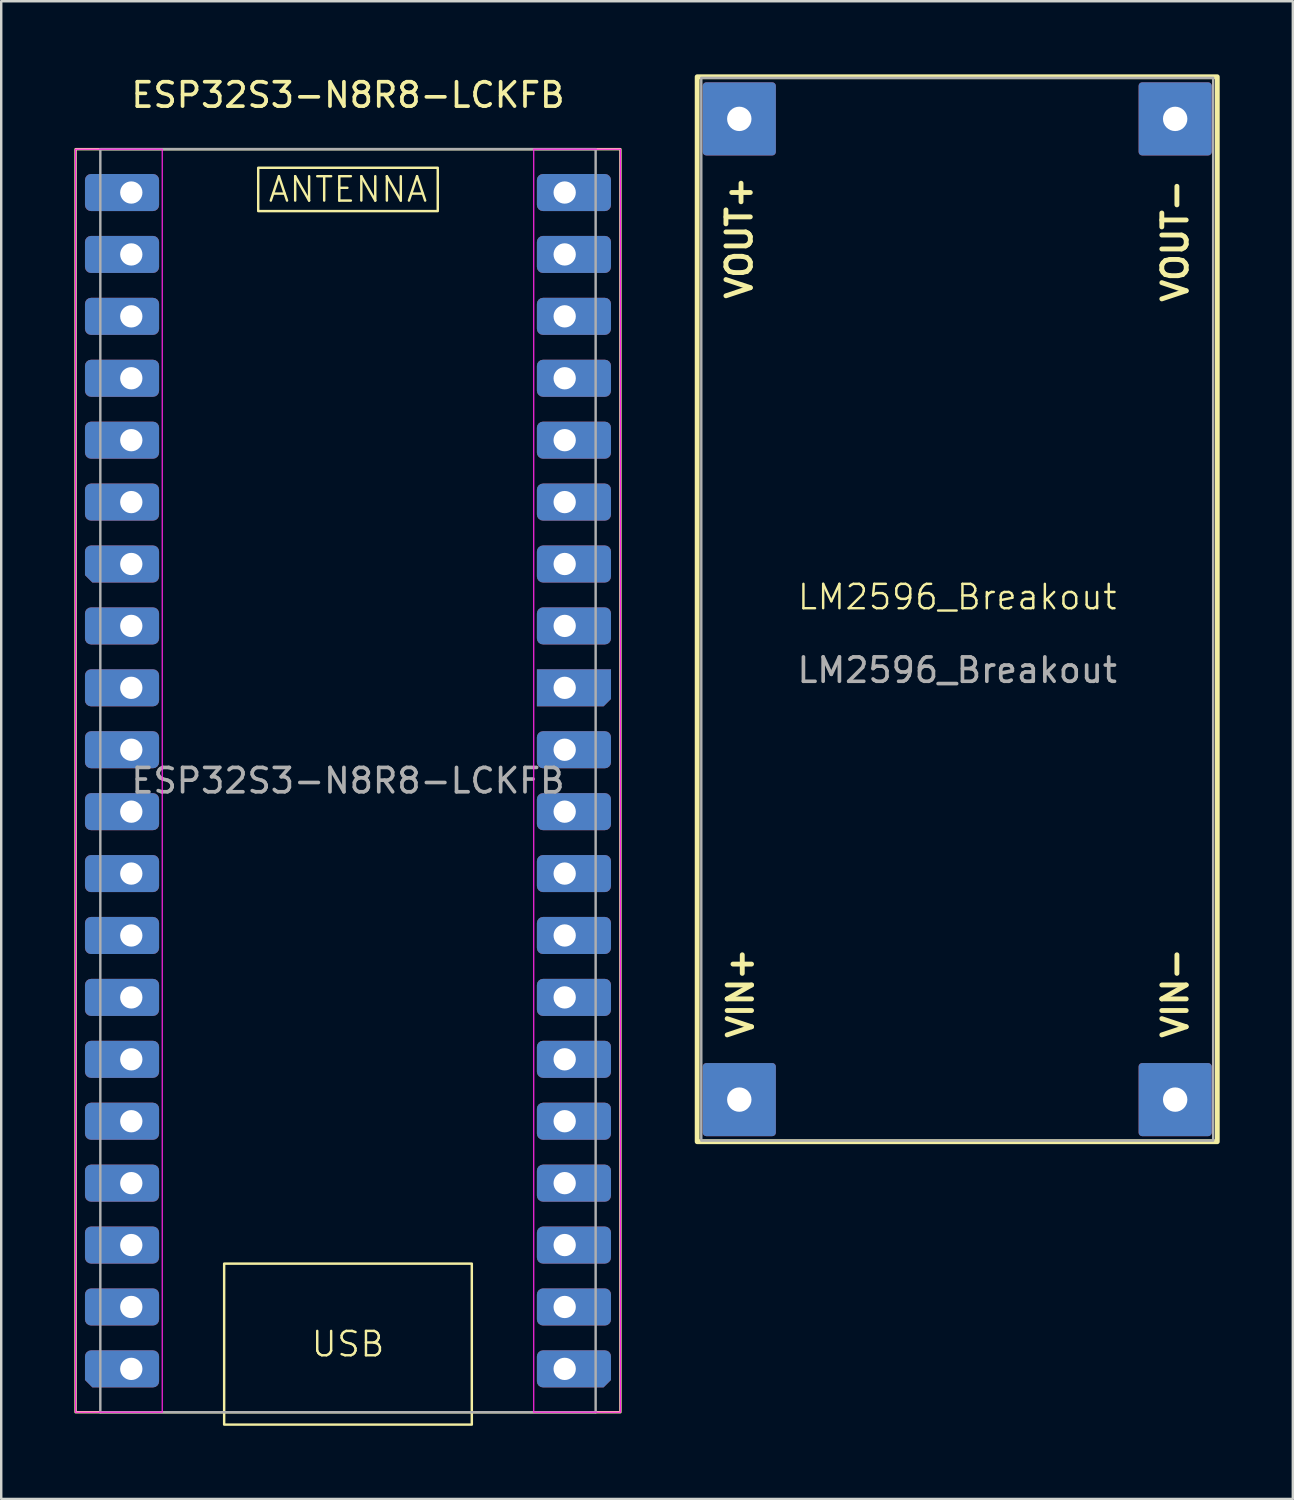
<source format=kicad_pcb>
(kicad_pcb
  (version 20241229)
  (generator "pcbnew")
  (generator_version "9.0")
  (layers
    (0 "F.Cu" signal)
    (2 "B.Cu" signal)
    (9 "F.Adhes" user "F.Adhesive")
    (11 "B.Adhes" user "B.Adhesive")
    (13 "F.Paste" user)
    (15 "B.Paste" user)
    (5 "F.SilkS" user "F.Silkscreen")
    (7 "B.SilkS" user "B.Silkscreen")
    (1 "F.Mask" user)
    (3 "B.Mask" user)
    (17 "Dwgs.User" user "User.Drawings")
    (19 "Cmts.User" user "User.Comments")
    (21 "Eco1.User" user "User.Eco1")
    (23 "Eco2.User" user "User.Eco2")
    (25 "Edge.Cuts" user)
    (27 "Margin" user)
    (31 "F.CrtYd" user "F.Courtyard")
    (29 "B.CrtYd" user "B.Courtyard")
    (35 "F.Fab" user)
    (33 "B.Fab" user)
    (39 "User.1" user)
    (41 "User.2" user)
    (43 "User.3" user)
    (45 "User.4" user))
  (footprint "ESP32S3-N8R8-LCKFB"
    (layer "F.Cu")
    (at 11.226 28.978)
    (property "Reference" "ESP32S3-N8R8-LCKFB" (at 0 -28.13 0) (layer "F.SilkS") (effects (font (size 1 1) (thickness 0.15))))
    (attr through_hole)
    (fp_rect (start -11.176 -25.908) (end 11.176 25.908) (stroke (width 0.1) (type default)) (fill no) (layer "F.SilkS"))
    (fp_rect (start -5.08 19.812) (end 5.08 26.416) (stroke (width 0.1) (type solid)) (fill no) (layer "F.SilkS"))
    (fp_rect (start -3.683 -25.146) (end 3.683 -23.368) (stroke (width 0.1) (type default)) (fill no) (layer "F.SilkS"))
    (fp_rect (start -7.62 -26.67) (end 7.62 -21.59) (stroke (width 0.1) (type default)) (fill no) (layer "Margin"))
    (fp_rect (start -11.176 -25.908) (end -7.62 25.908) (stroke (width 0.05) (type default)) (fill no) (layer "F.CrtYd"))
    (fp_rect (start 7.62 -25.908) (end 11.176 25.908) (stroke (width 0.05) (type default)) (fill no) (layer "F.CrtYd"))
    (fp_line (start -10.16 -25.908) (end -10.16 25.908) (stroke (width 0.1) (type solid)) (layer "F.Fab"))
    (fp_line (start -10.16 -25.908) (end 10.16 -25.908) (stroke (width 0.1) (type solid)) (layer "F.Fab"))
    (fp_line (start 10.16 -25.908) (end 10.16 25.908) (stroke (width 0.1) (type solid)) (layer "F.Fab"))
    (fp_line (start 10.16 25.908) (end -10.16 25.908) (stroke (width 0.1) (type solid)) (layer "F.Fab"))
    (fp_text user "ANTENNA" (at 0 -24.257 0) (layer "F.SilkS") (effects (font (size 1 1) (thickness 0.1))))
    (fp_text user "USB" (at 0 23.114 0) (layer "F.SilkS") (effects (font (size 1 1) (thickness 0.1))))
    (fp_text user "${REFERENCE}" (at 0 0 0) (layer "F.Fab") (effects (font (size 1 1) (thickness 0.15))))
    (pad "1" thru_hole roundrect (at -8.89 -24.13 90) (size 1.52 3.04) (drill 0.914 (offset 0 -0.38)) (layers "*.Cu" "*.Mask") (roundrect_rratio 0.164))
    (pad "2" thru_hole roundrect (at -8.89 -21.59 90) (size 1.52 3.04) (drill 0.914 (offset 0 -0.38)) (layers "*.Cu" "*.Mask") (roundrect_rratio 0.164))
    (pad "3" thru_hole roundrect (at -8.89 -19.05 90) (size 1.52 3.04) (drill 0.914 (offset 0 -0.38)) (layers "*.Cu" "*.Mask") (roundrect_rratio 0.164))
    (pad "4" thru_hole roundrect (at -8.89 -16.51 90) (size 1.52 3.04) (drill 0.914 (offset 0 -0.38)) (layers "*.Cu" "*.Mask") (roundrect_rratio 0.164))
    (pad "5" thru_hole roundrect (at -8.89 -13.97 90) (size 1.52 3.04) (drill 0.914 (offset 0 -0.38)) (layers "*.Cu" "*.Mask") (roundrect_rratio 0.164))
    (pad "6" thru_hole roundrect (at -8.89 -11.43 90) (size 1.52 3.04) (drill 0.914 (offset 0 -0.38)) (layers "*.Cu" "*.Mask") (roundrect_rratio 0.164))
    (pad "7" thru_hole roundrect (at -8.89 -8.89 90) (size 1.52 3.04) (drill 0.914 (offset 0 -0.38)) (layers "*.Cu" "*.Mask") (roundrect_rratio 0.164) (chamfer_ratio 0.2) (chamfer top_left))
    (pad "8" thru_hole roundrect (at -8.89 -6.35 90) (size 1.52 3.04) (drill 0.914 (offset 0 -0.38)) (layers "*.Cu" "*.Mask") (roundrect_rratio 0.164))
    (pad "9" thru_hole roundrect (at -8.89 -3.81 90) (size 1.52 3.04) (drill 0.914 (offset 0 -0.38)) (layers "*.Cu" "*.Mask") (roundrect_rratio 0.164))
    (pad "10" thru_hole roundrect (at -8.89 -1.27 90) (size 1.52 3.04) (drill 0.914 (offset 0 -0.38)) (layers "*.Cu" "*.Mask") (roundrect_rratio 0.164))
    (pad "11" thru_hole roundrect (at -8.89 1.27 90) (size 1.52 3.04) (drill 0.914 (offset 0 -0.38)) (layers "*.Cu" "*.Mask") (roundrect_rratio 0.164))
    (pad "12" thru_hole roundrect (at -8.89 3.81 90) (size 1.52 3.04) (drill 0.914 (offset 0 -0.38)) (layers "*.Cu" "*.Mask") (roundrect_rratio 0.164))
    (pad "13" thru_hole roundrect (at -8.89 6.35 90) (size 1.52 3.04) (drill 0.914 (offset 0 -0.38)) (layers "*.Cu" "*.Mask") (roundrect_rratio 0.164))
    (pad "14" thru_hole roundrect (at -8.89 8.89 90) (size 1.52 3.04) (drill 0.914 (offset 0 -0.38)) (layers "*.Cu" "*.Mask") (roundrect_rratio 0.164))
    (pad "15" thru_hole roundrect (at -8.89 11.43 90) (size 1.52 3.04) (drill 0.914 (offset 0 -0.38)) (layers "*.Cu" "*.Mask") (roundrect_rratio 0.164))
    (pad "16" thru_hole roundrect (at -8.89 13.97 90) (size 1.52 3.04) (drill 0.914 (offset 0 -0.38)) (layers "*.Cu" "*.Mask") (roundrect_rratio 0.164))
    (pad "17" thru_hole roundrect (at -8.89 16.51 90) (size 1.52 3.04) (drill 0.914 (offset 0 -0.38)) (layers "*.Cu" "*.Mask") (roundrect_rratio 0.164))
    (pad "18" thru_hole roundrect (at -8.89 19.05 90) (size 1.52 3.04) (drill 0.914 (offset 0 -0.38)) (layers "*.Cu" "*.Mask") (roundrect_rratio 0.164))
    (pad "19" thru_hole roundrect (at -8.89 21.59 90) (size 1.52 3.04) (drill 0.914 (offset 0 -0.38)) (layers "*.Cu" "*.Mask") (roundrect_rratio 0.164))
    (pad "20" thru_hole roundrect (at -8.89 24.13 90) (size 1.52 3.04) (drill 0.914 (offset 0 -0.38)) (layers "*.Cu" "*.Mask") (roundrect_rratio 0.164) (chamfer_ratio 0.2) (chamfer top_left))
    (pad "21" thru_hole roundrect (at 8.89 24.13 90) (size 1.52 3.04) (drill 0.914 (offset 0 0.38)) (layers "*.Cu" "*.Mask") (roundrect_rratio 0.164) (chamfer_ratio 0.2) (chamfer bottom_left))
    (pad "22" thru_hole roundrect (at 8.89 21.59 90) (size 1.52 3.04) (drill 0.914 (offset 0 0.38)) (layers "*.Cu" "*.Mask") (roundrect_rratio 0.164))
    (pad "23" thru_hole roundrect (at 8.89 19.05 90) (size 1.52 3.04) (drill 0.914 (offset 0 0.38)) (layers "*.Cu" "*.Mask") (roundrect_rratio 0.164))
    (pad "24" thru_hole roundrect (at 8.89 16.51 90) (size 1.52 3.04) (drill 0.914 (offset 0 0.38)) (layers "*.Cu" "*.Mask") (roundrect_rratio 0.164))
    (pad "25" thru_hole roundrect (at 8.89 13.97 90) (size 1.52 3.04) (drill 0.914 (offset 0 0.38)) (layers "*.Cu" "*.Mask") (roundrect_rratio 0.164))
    (pad "26" thru_hole roundrect (at 8.89 11.43 90) (size 1.52 3.04) (drill 0.914 (offset 0 0.38)) (layers "*.Cu" "*.Mask") (roundrect_rratio 0.164))
    (pad "27" thru_hole roundrect (at 8.89 8.89 90) (size 1.52 3.04) (drill 0.914 (offset 0 0.38)) (layers "*.Cu" "*.Mask") (roundrect_rratio 0.164))
    (pad "28" thru_hole roundrect (at 8.89 6.35 90) (size 1.52 3.04) (drill 0.914 (offset 0 0.38)) (layers "*.Cu" "*.Mask") (roundrect_rratio 0.164))
    (pad "29" thru_hole roundrect (at 8.89 3.81 90) (size 1.52 3.04) (drill 0.914 (offset 0 0.38)) (layers "*.Cu" "*.Mask") (roundrect_rratio 0.164))
    (pad "30" thru_hole roundrect (at 8.89 1.27 90) (size 1.52 3.04) (drill 0.914 (offset 0 0.38)) (layers "*.Cu" "*.Mask") (roundrect_rratio 0.164))
    (pad "31" thru_hole roundrect (at 8.89 -1.27 90) (size 1.52 3.04) (drill 0.914 (offset 0 0.38)) (layers "*.Cu" "*.Mask") (roundrect_rratio 0.164))
    (pad "32" thru_hole roundrect (at 8.89 -3.81 90) (size 1.52 3.04) (drill 0.914 (offset 0 0.38)) (layers "*.Cu" "*.Mask") (roundrect_rratio 0) (chamfer_ratio 0.2) (chamfer bottom_left))
    (pad "33" thru_hole roundrect (at 8.89 -6.35 90) (size 1.52 3.04) (drill 0.914 (offset 0 0.38)) (layers "*.Cu" "*.Mask") (roundrect_rratio 0.164))
    (pad "34" thru_hole roundrect (at 8.89 -8.89 90) (size 1.52 3.04) (drill 0.914 (offset 0 0.38)) (layers "*.Cu" "*.Mask") (roundrect_rratio 0.164))
    (pad "35" thru_hole roundrect (at 8.89 -11.43 90) (size 1.52 3.04) (drill 0.914 (offset 0 0.38)) (layers "*.Cu" "*.Mask") (roundrect_rratio 0.164))
    (pad "36" thru_hole roundrect (at 8.89 -13.97 90) (size 1.52 3.04) (drill 0.914 (offset 0 0.38)) (layers "*.Cu" "*.Mask") (roundrect_rratio 0.164))
    (pad "37" thru_hole roundrect (at 8.89 -16.51 90) (size 1.52 3.04) (drill 0.914 (offset 0 0.38)) (layers "*.Cu" "*.Mask") (roundrect_rratio 0.164))
    (pad "38" thru_hole roundrect (at 8.89 -19.05 90) (size 1.52 3.04) (drill 0.914 (offset 0 0.38)) (layers "*.Cu" "*.Mask") (roundrect_rratio 0.164))
    (pad "39" thru_hole roundrect (at 8.89 -21.59 90) (size 1.52 3.04) (drill 0.914 (offset 0 0.38)) (layers "*.Cu" "*.Mask") (roundrect_rratio 0.164))
    (pad "40" thru_hole roundrect (at 8.89 -24.13 90) (size 1.52 3.04) (drill 0.914 (offset 0 0.38)) (layers "*.Cu" "*.Mask") (roundrect_rratio 0.164)))
  (footprint "LM2596_Breakout"
    (layer "F.Cu")
    (at 36.22 21.944)
    (property "Reference" "LM2596_Breakout" (at 0 -0.5 0) (unlocked yes) (layer "F.SilkS") (effects (font (size 1 1) (thickness 0.1))))
    (attr through_hole)
    (fp_rect (start -10.668 -21.844) (end 10.668 21.844) (stroke (width 0.2) (type solid)) (fill no) (layer "F.SilkS"))
    (fp_rect (start -10.5 -21.8) (end 10.5 21.8) (stroke (width 0.1) (type solid)) (fill no) (layer "F.Fab"))
    (fp_text user "VIN-" (at 8.941 15.748 90) (layer "F.SilkS") (effects (font (size 1 1) (thickness 0.2) (bold yes))))
    (fp_text user "VOUT-" (at 8.941 -15.113 90) (layer "F.SilkS") (effects (font (size 1 1) (thickness 0.2) (bold yes))))
    (fp_text user "VOUT+" (at -8.941 -15.24 90) (layer "F.SilkS") (effects (font (size 1 1) (thickness 0.2) (bold yes))))
    (fp_text user "VIN+" (at -8.89 15.748 90) (layer "F.SilkS") (effects (font (size 1 1) (thickness 0.2) (bold yes))))
    (fp_text user "${REFERENCE}" (at 0 2.5 0) (unlocked yes) (layer "F.Fab") (effects (font (size 1 1) (thickness 0.15))))
    (pad "1" thru_hole roundrect (at 8.941 -20.117) (size 3 3) (drill 1) (layers "*.Cu" "*.Mask") (roundrect_rratio 0.049))
    (pad "2" thru_hole roundrect (at -8.941 -20.117) (size 3 3) (drill 1) (layers "*.Cu" "*.Mask") (roundrect_rratio 0.049))
    (pad "3" thru_hole roundrect (at -8.941 20.117) (size 3 3) (drill 1) (layers "*.Cu" "*.Mask") (roundrect_rratio 0.049))
    (pad "4" thru_hole roundrect (at 8.941 20.117) (size 3 3) (drill 1) (layers "*.Cu" "*.Mask") (roundrect_rratio 0.049)))
  (gr_rect
    (start -3 -3)
    (end 49.988 58.444)
    (stroke (width 0.1) (type default))
    (fill no)
    (layer "Edge.Cuts")))
</source>
